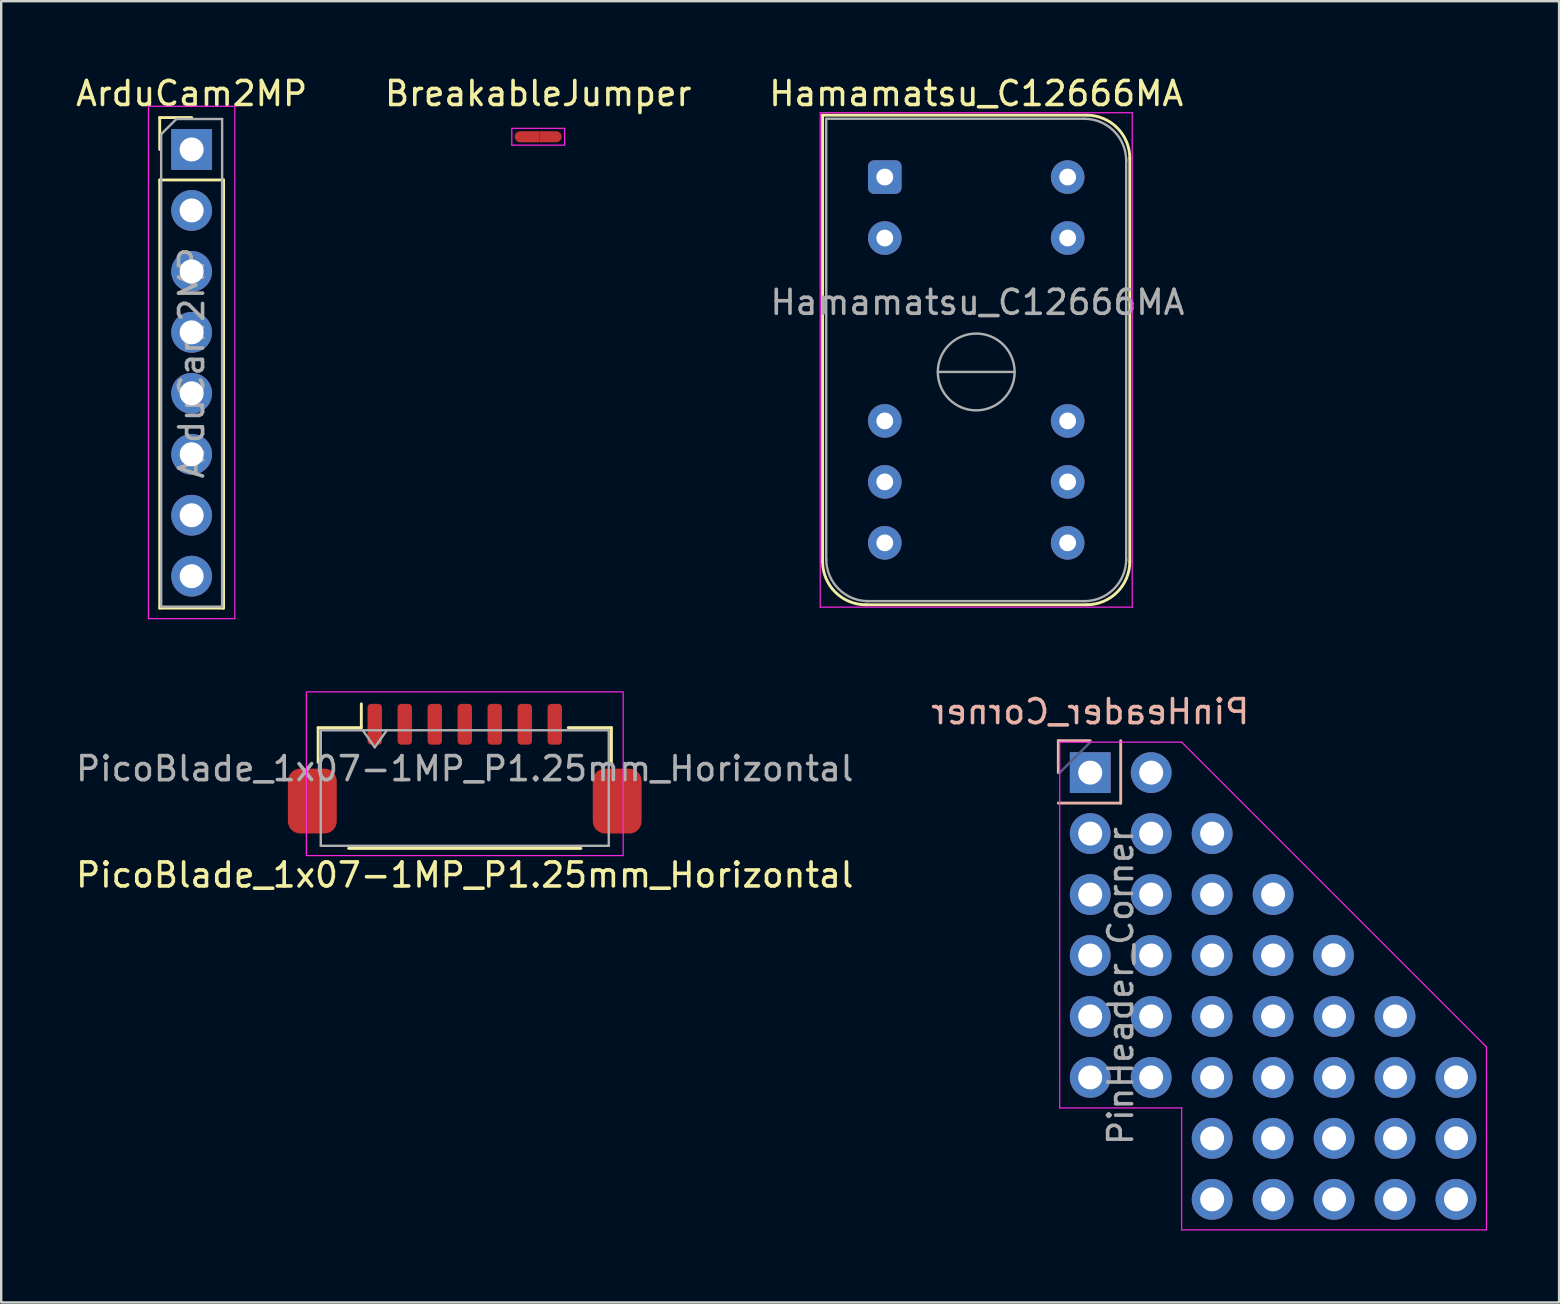
<source format=kicad_pcb>
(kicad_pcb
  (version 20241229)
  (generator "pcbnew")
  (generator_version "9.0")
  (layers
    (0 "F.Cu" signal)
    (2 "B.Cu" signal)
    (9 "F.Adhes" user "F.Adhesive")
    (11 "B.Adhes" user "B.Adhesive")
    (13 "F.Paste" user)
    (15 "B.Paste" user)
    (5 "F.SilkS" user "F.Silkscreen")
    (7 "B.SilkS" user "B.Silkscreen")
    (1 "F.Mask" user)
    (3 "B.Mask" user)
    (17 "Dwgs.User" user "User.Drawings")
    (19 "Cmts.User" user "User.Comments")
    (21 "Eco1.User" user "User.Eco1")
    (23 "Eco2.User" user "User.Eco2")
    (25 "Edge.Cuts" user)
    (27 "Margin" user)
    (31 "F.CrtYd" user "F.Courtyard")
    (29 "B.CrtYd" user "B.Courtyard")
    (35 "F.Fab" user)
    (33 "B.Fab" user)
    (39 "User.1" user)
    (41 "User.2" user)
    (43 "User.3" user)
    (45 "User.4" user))
  (footprint "Hamamatsu_C12666MA"
    (layer "F.Cu")
    (at 33.815 4.328)
    (property "Reference" "Hamamatsu_C12666MA" (at 3.81 -3.48 0) (layer "F.SilkS") (effects (font (size 1 1) (thickness 0.15))))
    (attr through_hole)
    (fp_line (start -2.59 -2.58) (end -2.59 16.02) (stroke (width 0.12) (type solid)) (layer "F.SilkS"))
    (fp_line (start -0.79 17.82) (end 8.41 17.82) (stroke (width 0.12) (type solid)) (layer "F.SilkS"))
    (fp_line (start 8.41 -2.58) (end -2.59 -2.58) (stroke (width 0.12) (type solid)) (layer "F.SilkS"))
    (fp_line (start 10.21 16.02) (end 10.21 -0.78) (stroke (width 0.12) (type solid)) (layer "F.SilkS"))
    (fp_arc (start -0.79 17.82) (mid -2.062792 17.292792) (end -2.59 16.02) (stroke (width 0.12) (type solid)) (layer "F.SilkS"))
    (fp_arc (start 8.41 -2.58) (mid 9.682792 -2.052792) (end 10.21 -0.78) (stroke (width 0.12) (type solid)) (layer "F.SilkS"))
    (fp_arc (start 10.21 16.02) (mid 9.682792 17.292792) (end 8.41 17.82) (stroke (width 0.12) (type solid)) (layer "F.SilkS"))
    (fp_line (start -2.69 -2.68) (end -2.69 17.92) (stroke (width 0.05) (type solid)) (layer "F.CrtYd"))
    (fp_line (start -2.69 -2.68) (end 10.31 -2.68) (stroke (width 0.05) (type solid)) (layer "F.CrtYd"))
    (fp_line (start 10.31 17.92) (end -2.69 17.92) (stroke (width 0.05) (type solid)) (layer "F.CrtYd"))
    (fp_line (start 10.31 17.92) (end 10.31 -2.68) (stroke (width 0.05) (type solid)) (layer "F.CrtYd"))
    (fp_line (start -2.44 -2.43) (end -2.44 15.97) (stroke (width 0.1) (type solid)) (layer "F.Fab"))
    (fp_line (start -0.74 17.67) (end 8.31 17.67) (stroke (width 0.1) (type solid)) (layer "F.Fab"))
    (fp_line (start 2.21 8.12) (end 5.41 8.12) (stroke (width 0.1) (type solid)) (layer "F.Fab"))
    (fp_line (start 8.31 -2.43) (end -2.44 -2.43) (stroke (width 0.1) (type solid)) (layer "F.Fab"))
    (fp_line (start 10.06 15.97) (end 10.06 -0.73) (stroke (width 0.1) (type solid)) (layer "F.Fab"))
    (fp_arc (start -0.69 17.67) (mid -1.927437 17.157437) (end -2.44 15.92) (stroke (width 0.1) (type solid)) (layer "F.Fab"))
    (fp_arc (start 8.31 -2.43) (mid 9.547437 -1.917437) (end 10.06 -0.68) (stroke (width 0.1) (type solid)) (layer "F.Fab"))
    (fp_arc (start 10.06 15.92) (mid 9.547437 17.157437) (end 8.31 17.67) (stroke (width 0.1) (type solid)) (layer "F.Fab"))
    (fp_circle (center 3.81 8.12) (end 5.41 8.12) (stroke (width 0.1) (type solid)) (fill no) (layer "F.Fab"))
    (fp_text user "${REFERENCE}" (at 3.86 5.22 0) (layer "F.Fab") (effects (font (size 1 1) (thickness 0.15))))
    (pad "1" thru_hole roundrect (at 0 0) (size 1.4 1.4) (drill 0.7) (layers "*.Cu" "*.Mask") (roundrect_rratio 0.178))
    (pad "2" thru_hole circle (at 0 2.54) (size 1.4 1.4) (drill 0.7) (layers "*.Cu" "*.Mask"))
    (pad "3" thru_hole circle (at 0 10.16) (size 1.4 1.4) (drill 0.7) (layers "*.Cu" "*.Mask"))
    (pad "4" thru_hole circle (at 0 12.7) (size 1.4 1.4) (drill 0.7) (layers "*.Cu" "*.Mask"))
    (pad "5" thru_hole circle (at 0 15.24) (size 1.4 1.4) (drill 0.7) (layers "*.Cu" "*.Mask"))
    (pad "6" thru_hole circle (at 7.62 15.24) (size 1.4 1.4) (drill 0.7) (layers "*.Cu" "*.Mask"))
    (pad "7" thru_hole circle (at 7.62 12.7) (size 1.4 1.4) (drill 0.7) (layers "*.Cu" "*.Mask"))
    (pad "8" thru_hole circle (at 7.62 10.16) (size 1.4 1.4) (drill 0.7) (layers "*.Cu" "*.Mask"))
    (pad "9" thru_hole circle (at 7.62 2.54) (size 1.4 1.4) (drill 0.7) (layers "*.Cu" "*.Mask"))
    (pad "10" thru_hole circle (at 7.62 0) (size 1.4 1.4) (drill 0.7) (layers "*.Cu" "*.Mask")))
  (footprint "ArduCam2MP"
    (layer "F.Cu")
    (at 4.935 3.178)
    (property "Reference" "ArduCam2MP" (at 0 -2.33 0) (layer "F.SilkS") (effects (font (size 1 1) (thickness 0.15))))
    (attr through_hole)
    (fp_line (start -1.33 -1.33) (end 0 -1.33) (stroke (width 0.12) (type solid)) (layer "F.SilkS"))
    (fp_line (start -1.33 0) (end -1.33 -1.33) (stroke (width 0.12) (type solid)) (layer "F.SilkS"))
    (fp_line (start -1.33 1.27) (end -1.33 19.11) (stroke (width 0.12) (type solid)) (layer "F.SilkS"))
    (fp_line (start -1.33 1.27) (end 1.33 1.27) (stroke (width 0.12) (type solid)) (layer "F.SilkS"))
    (fp_line (start -1.33 19.11) (end 1.33 19.11) (stroke (width 0.12) (type solid)) (layer "F.SilkS"))
    (fp_line (start 1.33 1.27) (end 1.33 19.11) (stroke (width 0.12) (type solid)) (layer "F.SilkS"))
    (fp_line (start -1.8 -1.8) (end -1.8 19.55) (stroke (width 0.05) (type solid)) (layer "F.CrtYd"))
    (fp_line (start -1.8 19.55) (end 1.8 19.55) (stroke (width 0.05) (type solid)) (layer "F.CrtYd"))
    (fp_line (start 1.8 -1.8) (end -1.8 -1.8) (stroke (width 0.05) (type solid)) (layer "F.CrtYd"))
    (fp_line (start 1.8 19.55) (end 1.8 -1.8) (stroke (width 0.05) (type solid)) (layer "F.CrtYd"))
    (fp_line (start -1.27 -0.635) (end -0.635 -1.27) (stroke (width 0.1) (type solid)) (layer "F.Fab"))
    (fp_line (start -1.27 19.05) (end -1.27 -0.635) (stroke (width 0.1) (type solid)) (layer "F.Fab"))
    (fp_line (start -0.635 -1.27) (end 1.27 -1.27) (stroke (width 0.1) (type solid)) (layer "F.Fab"))
    (fp_line (start 1.27 -1.27) (end 1.27 19.05) (stroke (width 0.1) (type solid)) (layer "F.Fab"))
    (fp_line (start 1.27 19.05) (end -1.27 19.05) (stroke (width 0.1) (type solid)) (layer "F.Fab"))
    (fp_text user "${REFERENCE}" (at 0 8.89 90) (layer "F.Fab") (effects (font (size 1 1) (thickness 0.15))))
    (pad "1" thru_hole rect (at 0 0) (size 1.7 1.7) (drill 1) (layers "*.Cu" "*.Mask"))
    (pad "2" thru_hole oval (at 0 2.54) (size 1.7 1.7) (drill 1) (layers "*.Cu" "*.Mask"))
    (pad "3" thru_hole oval (at 0 5.08) (size 1.7 1.7) (drill 1) (layers "*.Cu" "*.Mask"))
    (pad "4" thru_hole oval (at 0 7.62) (size 1.7 1.7) (drill 1) (layers "*.Cu" "*.Mask"))
    (pad "5" thru_hole oval (at 0 10.16) (size 1.7 1.7) (drill 1) (layers "*.Cu" "*.Mask"))
    (pad "6" thru_hole oval (at 0 12.7) (size 1.7 1.7) (drill 1) (layers "*.Cu" "*.Mask"))
    (pad "7" thru_hole oval (at 0 15.24) (size 1.7 1.7) (drill 1) (layers "*.Cu" "*.Mask"))
    (pad "8" thru_hole oval (at 0 17.78) (size 1.7 1.7) (drill 1) (layers "*.Cu" "*.Mask")))
  (footprint "PinHeader_Corner"
    (layer "F.Cu")
    (at 42.375 29.142)
    (property "Reference" "PinHeader_Corner" (at 0 -2.54 0) (layer "B.SilkS") (effects (font (size 1 1) (thickness 0.15)) (justify mirror)))
    (attr through_hole board_only)
    (fp_line (start -1.33 -1.33) (end -1.33 0) (stroke (width 0.12) (type solid)) (layer "B.SilkS"))
    (fp_line (start 0 -1.33) (end -1.33 -1.33) (stroke (width 0.12) (type solid)) (layer "B.SilkS"))
    (fp_line (start 1.27 -1.33) (end 1.27 1.27) (stroke (width 0.12) (type solid)) (layer "B.SilkS"))
    (fp_line (start 1.27 1.27) (end -1.33 1.27) (stroke (width 0.12) (type solid)) (layer "B.SilkS"))
    (fp_line (start -1.27 -1.27) (end -1.27 13.97) (stroke (width 0.05) (type solid)) (layer "F.CrtYd"))
    (fp_line (start -1.27 13.97) (end 3.81 13.97) (stroke (width 0.05) (type solid)) (layer "F.CrtYd"))
    (fp_line (start 3.81 -1.27) (end -1.27 -1.27) (stroke (width 0.05) (type solid)) (layer "F.CrtYd"))
    (fp_line (start 3.81 13.97) (end 3.81 19.05) (stroke (width 0.05) (type solid)) (layer "F.CrtYd"))
    (fp_line (start 16.51 11.43) (end 3.81 -1.27) (stroke (width 0.05) (type solid)) (layer "F.CrtYd"))
    (fp_line (start 16.51 19.05) (end 3.81 19.05) (stroke (width 0.05) (type solid)) (layer "F.CrtYd"))
    (fp_line (start 16.51 19.05) (end 16.51 11.43) (stroke (width 0.05) (type solid)) (layer "F.CrtYd"))
    (fp_line (start 0 -1.27) (end -1.27 0) (stroke (width 0.1) (type solid)) (layer "B.Fab"))
    (fp_text user "${REFERENCE}" (at 1.27 8.89 90) (layer "F.Fab") (effects (font (size 1 1) (thickness 0.15))))
    (pad "1" thru_hole rect (at 0 0) (size 1.7 1.7) (drill 1) (layers "*.Cu" "*.Mask"))
    (pad "2" thru_hole oval (at 0 2.54) (size 1.7 1.7) (drill 1) (layers "*.Cu" "*.Mask"))
    (pad "3" thru_hole oval (at 0 5.08) (size 1.7 1.7) (drill 1) (layers "*.Cu" "*.Mask"))
    (pad "4" thru_hole oval (at 0 7.62) (size 1.7 1.7) (drill 1) (layers "*.Cu" "*.Mask"))
    (pad "5" thru_hole oval (at 0 10.16) (size 1.7 1.7) (drill 1) (layers "*.Cu" "*.Mask"))
    (pad "6" thru_hole oval (at 0 12.7) (size 1.7 1.7) (drill 1) (layers "*.Cu" "*.Mask"))
    (pad "7" thru_hole oval (at 2.54 0) (size 1.7 1.7) (drill 1) (layers "*.Cu" "*.Mask"))
    (pad "8" thru_hole oval (at 2.54 2.54) (size 1.7 1.7) (drill 1) (layers "*.Cu" "*.Mask"))
    (pad "9" thru_hole oval (at 2.54 5.08) (size 1.7 1.7) (drill 1) (layers "*.Cu" "*.Mask"))
    (pad "10" thru_hole oval (at 2.54 7.62) (size 1.7 1.7) (drill 1) (layers "*.Cu" "*.Mask"))
    (pad "11" thru_hole oval (at 2.54 10.16) (size 1.7 1.7) (drill 1) (layers "*.Cu" "*.Mask"))
    (pad "12" thru_hole oval (at 2.54 12.7) (size 1.7 1.7) (drill 1) (layers "*.Cu" "*.Mask"))
    (pad "13" thru_hole oval (at 5.08 2.54) (size 1.7 1.7) (drill 1) (layers "*.Cu" "*.Mask"))
    (pad "14" thru_hole oval (at 5.08 5.08) (size 1.7 1.7) (drill 1) (layers "*.Cu" "*.Mask"))
    (pad "15" thru_hole oval (at 5.08 7.62) (size 1.7 1.7) (drill 1) (layers "*.Cu" "*.Mask"))
    (pad "16" thru_hole oval (at 5.08 10.16) (size 1.7 1.7) (drill 1) (layers "*.Cu" "*.Mask"))
    (pad "17" thru_hole oval (at 5.08 12.7) (size 1.7 1.7) (drill 1) (layers "*.Cu" "*.Mask"))
    (pad "18" thru_hole oval (at 5.08 15.24) (size 1.7 1.7) (drill 1) (layers "*.Cu" "*.Mask"))
    (pad "19" thru_hole oval (at 5.08 17.78) (size 1.7 1.7) (drill 1) (layers "*.Cu" "*.Mask"))
    (pad "20" thru_hole oval (at 7.62 5.08) (size 1.7 1.7) (drill 1) (layers "*.Cu" "*.Mask"))
    (pad "21" thru_hole oval (at 7.62 7.62) (size 1.7 1.7) (drill 1) (layers "*.Cu" "*.Mask"))
    (pad "22" thru_hole oval (at 7.62 10.16) (size 1.7 1.7) (drill 1) (layers "*.Cu" "*.Mask"))
    (pad "23" thru_hole oval (at 7.62 12.7) (size 1.7 1.7) (drill 1) (layers "*.Cu" "*.Mask"))
    (pad "24" thru_hole oval (at 7.62 15.24) (size 1.7 1.7) (drill 1) (layers "*.Cu" "*.Mask"))
    (pad "25" thru_hole oval (at 7.62 17.78) (size 1.7 1.7) (drill 1) (layers "*.Cu" "*.Mask"))
    (pad "26" thru_hole oval (at 10.134 7.612) (size 1.7 1.7) (drill 1) (layers "*.Cu" "*.Mask"))
    (pad "27" thru_hole oval (at 10.16 10.16) (size 1.7 1.7) (drill 1) (layers "*.Cu" "*.Mask"))
    (pad "28" thru_hole oval (at 10.16 12.7) (size 1.7 1.7) (drill 1) (layers "*.Cu" "*.Mask"))
    (pad "29" thru_hole oval (at 10.16 15.24) (size 1.7 1.7) (drill 1) (layers "*.Cu" "*.Mask"))
    (pad "30" thru_hole oval (at 10.16 17.78) (size 1.7 1.7) (drill 1) (layers "*.Cu" "*.Mask"))
    (pad "31" thru_hole oval (at 12.7 10.16) (size 1.7 1.7) (drill 1) (layers "*.Cu" "*.Mask"))
    (pad "32" thru_hole oval (at 12.7 12.7) (size 1.7 1.7) (drill 1) (layers "*.Cu" "*.Mask"))
    (pad "33" thru_hole oval (at 12.7 15.24) (size 1.7 1.7) (drill 1) (layers "*.Cu" "*.Mask"))
    (pad "34" thru_hole oval (at 12.7 17.78) (size 1.7 1.7) (drill 1) (layers "*.Cu" "*.Mask"))
    (pad "35" thru_hole oval (at 15.24 12.7) (size 1.7 1.7) (drill 1) (layers "*.Cu" "*.Mask"))
    (pad "36" thru_hole oval (at 15.24 15.24) (size 1.7 1.7) (drill 1) (layers "*.Cu" "*.Mask"))
    (pad "37" thru_hole oval (at 15.24 17.78) (size 1.7 1.7) (drill 1) (layers "*.Cu" "*.Mask")))
  (footprint "BreakableJumper"
    (layer "F.Cu")
    (at 19.375 2.648)
    (property "Reference" "BreakableJumper" (at 0 -1.8 0) (layer "F.SilkS") (effects (font (size 1 1) (thickness 0.15))))
    (attr exclude_from_pos_files)
    (fp_line (start -1.1 -0.35) (end -1.1 0.35) (stroke (width 0.05) (type solid)) (layer "F.CrtYd"))
    (fp_line (start -1.1 -0.35) (end 1.1 -0.35) (stroke (width 0.05) (type solid)) (layer "F.CrtYd"))
    (fp_line (start 1.1 0.35) (end -1.1 0.35) (stroke (width 0.05) (type solid)) (layer "F.CrtYd"))
    (fp_line (start 1.1 0.35) (end 1.1 -0.35) (stroke (width 0.05) (type solid)) (layer "F.CrtYd"))
    (pad "" smd rect (at 0 0) (size 0.1 0.462) (layers "F.Cu" "F.Mask"))
    (pad "1" smd custom (at -0.4 0) (size 0.6 0.4) (layers "F.Cu" "F.Mask") (options (anchor rect)) (primitives (gr_circle (center -0.35 0) (end -0.119 0) (width 0) (fill yes)) (gr_poly (pts (xy 0.35 -0.231) (xy -0.35 -0.231) (xy -0.35 0.231) (xy 0.35 0.231)) (width 0) (fill yes))))
    (pad "2" smd custom (at 0.44 0) (size 0.6 0.4) (layers "F.Cu" "F.Mask") (options (anchor rect)) (primitives (gr_poly (pts (xy -0.39 -0.231) (xy 0.31 -0.23) (xy 0.31 0.23) (xy -0.39 0.231)) (width 0) (fill yes)) (gr_circle (center 0.31 0) (end 0.54 0) (width 0) (fill yes)))))
  (footprint "PicoBlade_1x07-1MP_P1.25mm_Horizontal"
    (layer "F.Cu")
    (at 16.315 28.978)
    (property "Reference" "PicoBlade_1x07-1MP_P1.25mm_Horizontal" (at 0 4.429 0) (layer "F.SilkS") (effects (font (size 1 1) (thickness 0.15))))
    (attr smd)
    (fp_line (start -6.11 -1.71) (end -4.31 -1.71) (stroke (width 0.12) (type solid)) (layer "F.SilkS"))
    (fp_line (start -6.11 -0.26) (end -6.11 -1.71) (stroke (width 0.12) (type solid)) (layer "F.SilkS"))
    (fp_line (start -4.84 3.322) (end 4.84 3.322) (stroke (width 0.12) (type solid)) (layer "F.SilkS"))
    (fp_line (start -4.31 -1.71) (end -4.31 -2.7) (stroke (width 0.12) (type solid)) (layer "F.SilkS"))
    (fp_line (start 6.11 -1.71) (end 4.31 -1.71) (stroke (width 0.12) (type solid)) (layer "F.SilkS"))
    (fp_line (start 6.11 -0.26) (end 6.11 -1.71) (stroke (width 0.12) (type solid)) (layer "F.SilkS"))
    (fp_poly (pts (xy -6.6 3.62) (xy -6.6 -3.2) (xy 6.6 -3.2) (xy 6.6 3.62)) (stroke (width 0.05) (type solid)) (fill no) (layer "F.CrtYd"))
    (fp_line (start -6 -1.6) (end -6 3.21) (stroke (width 0.1) (type solid)) (layer "F.Fab"))
    (fp_line (start -6 -1.6) (end 6 -1.6) (stroke (width 0.1) (type solid)) (layer "F.Fab"))
    (fp_line (start -6 3.212) (end 6 3.212) (stroke (width 0.1) (type solid)) (layer "F.Fab"))
    (fp_line (start -4.25 -1.6) (end -3.75 -0.893) (stroke (width 0.1) (type solid)) (layer "F.Fab"))
    (fp_line (start -3.75 -0.893) (end -3.25 -1.6) (stroke (width 0.1) (type solid)) (layer "F.Fab"))
    (fp_line (start 6 -1.6) (end 6 3.21) (stroke (width 0.1) (type solid)) (layer "F.Fab"))
    (fp_text user "${REFERENCE}" (at 0 0 0) (layer "F.Fab") (effects (font (size 1 1) (thickness 0.15))))
    (pad "1" smd roundrect (at -3.75 -1.85) (size 0.6 1.7) (layers "F.Cu" "F.Mask" "F.Paste") (roundrect_rratio 0.25))
    (pad "2" smd roundrect (at -2.5 -1.85) (size 0.6 1.7) (layers "F.Cu" "F.Mask" "F.Paste") (roundrect_rratio 0.25))
    (pad "3" smd roundrect (at -1.25 -1.85) (size 0.6 1.7) (layers "F.Cu" "F.Mask" "F.Paste") (roundrect_rratio 0.25))
    (pad "4" smd roundrect (at 0 -1.85) (size 0.6 1.7) (layers "F.Cu" "F.Mask" "F.Paste") (roundrect_rratio 0.25))
    (pad "5" smd roundrect (at 1.25 -1.85) (size 0.6 1.7) (layers "F.Cu" "F.Mask" "F.Paste") (roundrect_rratio 0.25))
    (pad "6" smd roundrect (at 2.5 -1.85) (size 0.6 1.7) (layers "F.Cu" "F.Mask" "F.Paste") (roundrect_rratio 0.25))
    (pad "7" smd roundrect (at 3.75 -1.85) (size 0.6 1.7) (layers "F.Cu" "F.Mask" "F.Paste") (roundrect_rratio 0.25))
    (pad "MP" smd roundrect (at -6.352 1.35) (size 2.036 2.7) (layers "F.Cu" "F.Mask" "F.Paste") (roundrect_rratio 0.25))
    (pad "MP" smd roundrect (at 6.352 1.35) (size 2.036 2.7) (layers "F.Cu" "F.Mask" "F.Paste") (roundrect_rratio 0.25)))
  (gr_rect
    (start -3 -3)
    (end 61.91 51.217)
    (stroke (width 0.1) (type default))
    (fill no)
    (layer "Edge.Cuts")))
</source>
